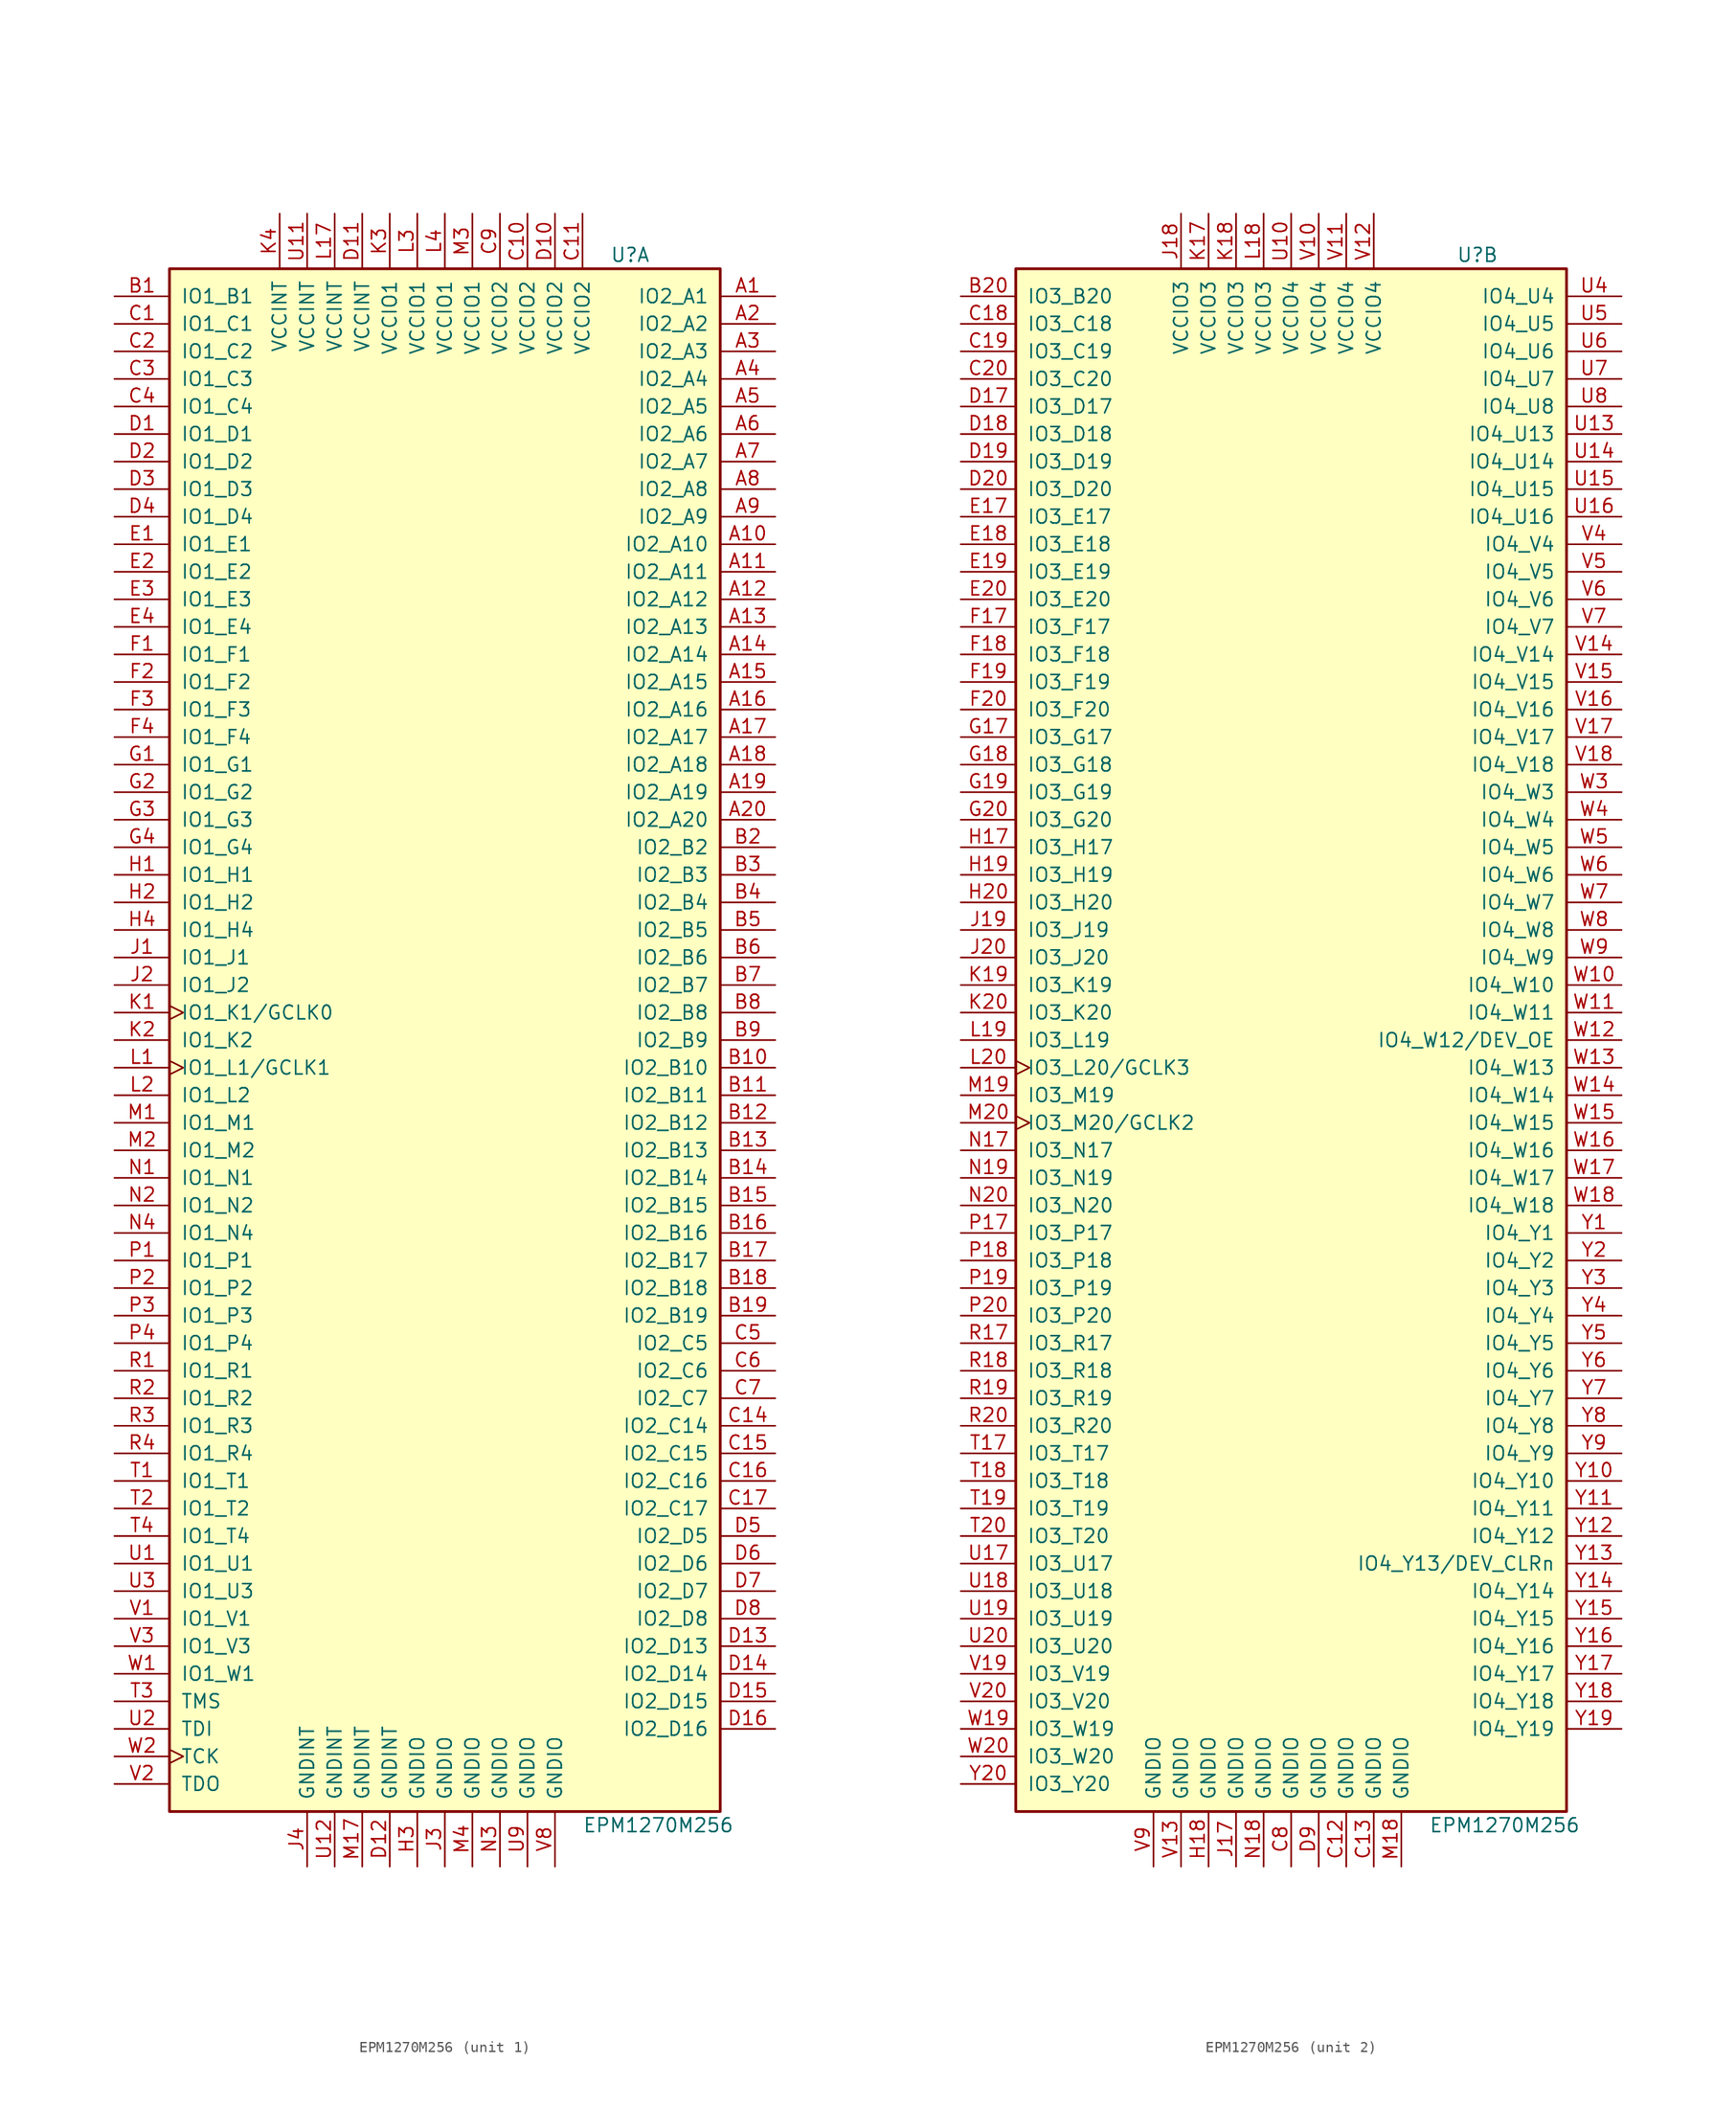
<source format=kicad_sym>
(kicad_symbol_lib
  (version 20201005)
  (generator kicad_symbol_editor)
  (symbol "CPLD_Altera:EPM1270M256"
    (pin_names
      (offset 1.016))
    (property "Reference" "U"
      (at 15.24 72.39 0)
      (effects (font (size 1.27 1.27)) (justify left)))
    (property "Value" "EPM1270M256"
      (at 12.7 -72.39 0)
      (effects (font (size 1.27 1.27)) (justify left)))
    (property "ki_locked" ""
      (at 0 0 0)
      (effects (font (size 1.27 1.27))))
    (symbol "EPM1270M256_1_1"
      (rectangle (start -25.4 71.12) (end 25.4 -71.12) (stroke (width 0.254)) (fill (type background)))
      (pin bidirectional line (at 30.48 68.58 180) (length 5.08) (name "IO2_A1" (effects (font (size 1.27 1.27)))) (number "A1" (effects (font (size 1.27 1.27)))))
      (pin bidirectional line (at 30.48 66.04 180) (length 5.08) (name "IO2_A2" (effects (font (size 1.27 1.27)))) (number "A2" (effects (font (size 1.27 1.27)))))
      (pin bidirectional line (at 30.48 63.5 180) (length 5.08) (name "IO2_A3" (effects (font (size 1.27 1.27)))) (number "A3" (effects (font (size 1.27 1.27)))))
      (pin bidirectional line (at 30.48 60.96 180) (length 5.08) (name "IO2_A4" (effects (font (size 1.27 1.27)))) (number "A4" (effects (font (size 1.27 1.27)))))
      (pin bidirectional line (at 30.48 58.42 180) (length 5.08) (name "IO2_A5" (effects (font (size 1.27 1.27)))) (number "A5" (effects (font (size 1.27 1.27)))))
      (pin bidirectional line (at 30.48 55.88 180) (length 5.08) (name "IO2_A6" (effects (font (size 1.27 1.27)))) (number "A6" (effects (font (size 1.27 1.27)))))
      (pin bidirectional line (at 30.48 53.34 180) (length 5.08) (name "IO2_A7" (effects (font (size 1.27 1.27)))) (number "A7" (effects (font (size 1.27 1.27)))))
      (pin bidirectional line (at 30.48 50.8 180) (length 5.08) (name "IO2_A8" (effects (font (size 1.27 1.27)))) (number "A8" (effects (font (size 1.27 1.27)))))
      (pin bidirectional line (at 30.48 48.26 180) (length 5.08) (name "IO2_A9" (effects (font (size 1.27 1.27)))) (number "A9" (effects (font (size 1.27 1.27)))))
      (pin bidirectional line (at 30.48 45.72 180) (length 5.08) (name "IO2_A10" (effects (font (size 1.27 1.27)))) (number "A10" (effects (font (size 1.27 1.27)))))
      (pin bidirectional line (at 30.48 43.18 180) (length 5.08) (name "IO2_A11" (effects (font (size 1.27 1.27)))) (number "A11" (effects (font (size 1.27 1.27)))))
      (pin bidirectional line (at 30.48 40.64 180) (length 5.08) (name "IO2_A12" (effects (font (size 1.27 1.27)))) (number "A12" (effects (font (size 1.27 1.27)))))
      (pin bidirectional line (at 30.48 38.1 180) (length 5.08) (name "IO2_A13" (effects (font (size 1.27 1.27)))) (number "A13" (effects (font (size 1.27 1.27)))))
      (pin bidirectional line (at 30.48 35.56 180) (length 5.08) (name "IO2_A14" (effects (font (size 1.27 1.27)))) (number "A14" (effects (font (size 1.27 1.27)))))
      (pin bidirectional line (at 30.48 33.02 180) (length 5.08) (name "IO2_A15" (effects (font (size 1.27 1.27)))) (number "A15" (effects (font (size 1.27 1.27)))))
      (pin bidirectional line (at 30.48 30.48 180) (length 5.08) (name "IO2_A16" (effects (font (size 1.27 1.27)))) (number "A16" (effects (font (size 1.27 1.27)))))
      (pin bidirectional line (at 30.48 27.94 180) (length 5.08) (name "IO2_A17" (effects (font (size 1.27 1.27)))) (number "A17" (effects (font (size 1.27 1.27)))))
      (pin bidirectional line (at 30.48 25.4 180) (length 5.08) (name "IO2_A18" (effects (font (size 1.27 1.27)))) (number "A18" (effects (font (size 1.27 1.27)))))
      (pin bidirectional line (at 30.48 22.86 180) (length 5.08) (name "IO2_A19" (effects (font (size 1.27 1.27)))) (number "A19" (effects (font (size 1.27 1.27)))))
      (pin bidirectional line (at 30.48 20.32 180) (length 5.08) (name "IO2_A20" (effects (font (size 1.27 1.27)))) (number "A20" (effects (font (size 1.27 1.27)))))
      (pin bidirectional line (at -30.48 68.58 0) (length 5.08) (name "IO1_B1" (effects (font (size 1.27 1.27)))) (number "B1" (effects (font (size 1.27 1.27)))))
      (pin bidirectional line (at 30.48 17.78 180) (length 5.08) (name "IO2_B2" (effects (font (size 1.27 1.27)))) (number "B2" (effects (font (size 1.27 1.27)))))
      (pin bidirectional line (at 30.48 15.24 180) (length 5.08) (name "IO2_B3" (effects (font (size 1.27 1.27)))) (number "B3" (effects (font (size 1.27 1.27)))))
      (pin bidirectional line (at 30.48 12.7 180) (length 5.08) (name "IO2_B4" (effects (font (size 1.27 1.27)))) (number "B4" (effects (font (size 1.27 1.27)))))
      (pin bidirectional line (at 30.48 10.16 180) (length 5.08) (name "IO2_B5" (effects (font (size 1.27 1.27)))) (number "B5" (effects (font (size 1.27 1.27)))))
      (pin bidirectional line (at 30.48 7.62 180) (length 5.08) (name "IO2_B6" (effects (font (size 1.27 1.27)))) (number "B6" (effects (font (size 1.27 1.27)))))
      (pin bidirectional line (at 30.48 5.08 180) (length 5.08) (name "IO2_B7" (effects (font (size 1.27 1.27)))) (number "B7" (effects (font (size 1.27 1.27)))))
      (pin bidirectional line (at 30.48 2.54 180) (length 5.08) (name "IO2_B8" (effects (font (size 1.27 1.27)))) (number "B8" (effects (font (size 1.27 1.27)))))
      (pin bidirectional line (at 30.48 0 180) (length 5.08) (name "IO2_B9" (effects (font (size 1.27 1.27)))) (number "B9" (effects (font (size 1.27 1.27)))))
      (pin bidirectional line (at 30.48 -2.54 180) (length 5.08) (name "IO2_B10" (effects (font (size 1.27 1.27)))) (number "B10" (effects (font (size 1.27 1.27)))))
      (pin bidirectional line (at 30.48 -5.08 180) (length 5.08) (name "IO2_B11" (effects (font (size 1.27 1.27)))) (number "B11" (effects (font (size 1.27 1.27)))))
      (pin bidirectional line (at 30.48 -7.62 180) (length 5.08) (name "IO2_B12" (effects (font (size 1.27 1.27)))) (number "B12" (effects (font (size 1.27 1.27)))))
      (pin bidirectional line (at 30.48 -10.16 180) (length 5.08) (name "IO2_B13" (effects (font (size 1.27 1.27)))) (number "B13" (effects (font (size 1.27 1.27)))))
      (pin bidirectional line (at 30.48 -12.7 180) (length 5.08) (name "IO2_B14" (effects (font (size 1.27 1.27)))) (number "B14" (effects (font (size 1.27 1.27)))))
      (pin bidirectional line (at 30.48 -15.24 180) (length 5.08) (name "IO2_B15" (effects (font (size 1.27 1.27)))) (number "B15" (effects (font (size 1.27 1.27)))))
      (pin bidirectional line (at 30.48 -17.78 180) (length 5.08) (name "IO2_B16" (effects (font (size 1.27 1.27)))) (number "B16" (effects (font (size 1.27 1.27)))))
      (pin bidirectional line (at 30.48 -20.32 180) (length 5.08) (name "IO2_B17" (effects (font (size 1.27 1.27)))) (number "B17" (effects (font (size 1.27 1.27)))))
      (pin bidirectional line (at 30.48 -22.86 180) (length 5.08) (name "IO2_B18" (effects (font (size 1.27 1.27)))) (number "B18" (effects (font (size 1.27 1.27)))))
      (pin bidirectional line (at 30.48 -25.4 180) (length 5.08) (name "IO2_B19" (effects (font (size 1.27 1.27)))) (number "B19" (effects (font (size 1.27 1.27)))))
      (pin bidirectional line (at -30.48 66.04 0) (length 5.08) (name "IO1_C1" (effects (font (size 1.27 1.27)))) (number "C1" (effects (font (size 1.27 1.27)))))
      (pin bidirectional line (at -30.48 63.5 0) (length 5.08) (name "IO1_C2" (effects (font (size 1.27 1.27)))) (number "C2" (effects (font (size 1.27 1.27)))))
      (pin bidirectional line (at -30.48 60.96 0) (length 5.08) (name "IO1_C3" (effects (font (size 1.27 1.27)))) (number "C3" (effects (font (size 1.27 1.27)))))
      (pin bidirectional line (at -30.48 58.42 0) (length 5.08) (name "IO1_C4" (effects (font (size 1.27 1.27)))) (number "C4" (effects (font (size 1.27 1.27)))))
      (pin bidirectional line (at 30.48 -27.94 180) (length 5.08) (name "IO2_C5" (effects (font (size 1.27 1.27)))) (number "C5" (effects (font (size 1.27 1.27)))))
      (pin bidirectional line (at 30.48 -30.48 180) (length 5.08) (name "IO2_C6" (effects (font (size 1.27 1.27)))) (number "C6" (effects (font (size 1.27 1.27)))))
      (pin bidirectional line (at 30.48 -33.02 180) (length 5.08) (name "IO2_C7" (effects (font (size 1.27 1.27)))) (number "C7" (effects (font (size 1.27 1.27)))))
      (pin bidirectional line (at 30.48 -35.56 180) (length 5.08) (name "IO2_C14" (effects (font (size 1.27 1.27)))) (number "C14" (effects (font (size 1.27 1.27)))))
      (pin bidirectional line (at 30.48 -38.1 180) (length 5.08) (name "IO2_C15" (effects (font (size 1.27 1.27)))) (number "C15" (effects (font (size 1.27 1.27)))))
      (pin bidirectional line (at 30.48 -40.64 180) (length 5.08) (name "IO2_C16" (effects (font (size 1.27 1.27)))) (number "C16" (effects (font (size 1.27 1.27)))))
      (pin bidirectional line (at 30.48 -43.18 180) (length 5.08) (name "IO2_C17" (effects (font (size 1.27 1.27)))) (number "C17" (effects (font (size 1.27 1.27)))))
      (pin bidirectional line (at -30.48 55.88 0) (length 5.08) (name "IO1_D1" (effects (font (size 1.27 1.27)))) (number "D1" (effects (font (size 1.27 1.27)))))
      (pin bidirectional line (at -30.48 53.34 0) (length 5.08) (name "IO1_D2" (effects (font (size 1.27 1.27)))) (number "D2" (effects (font (size 1.27 1.27)))))
      (pin bidirectional line (at -30.48 50.8 0) (length 5.08) (name "IO1_D3" (effects (font (size 1.27 1.27)))) (number "D3" (effects (font (size 1.27 1.27)))))
      (pin bidirectional line (at -30.48 48.26 0) (length 5.08) (name "IO1_D4" (effects (font (size 1.27 1.27)))) (number "D4" (effects (font (size 1.27 1.27)))))
      (pin bidirectional line (at 30.48 -45.72 180) (length 5.08) (name "IO2_D5" (effects (font (size 1.27 1.27)))) (number "D5" (effects (font (size 1.27 1.27)))))
      (pin bidirectional line (at 30.48 -48.26 180) (length 5.08) (name "IO2_D6" (effects (font (size 1.27 1.27)))) (number "D6" (effects (font (size 1.27 1.27)))))
      (pin bidirectional line (at 30.48 -50.8 180) (length 5.08) (name "IO2_D7" (effects (font (size 1.27 1.27)))) (number "D7" (effects (font (size 1.27 1.27)))))
      (pin bidirectional line (at 30.48 -53.34 180) (length 5.08) (name "IO2_D8" (effects (font (size 1.27 1.27)))) (number "D8" (effects (font (size 1.27 1.27)))))
      (pin bidirectional line (at 30.48 -55.88 180) (length 5.08) (name "IO2_D13" (effects (font (size 1.27 1.27)))) (number "D13" (effects (font (size 1.27 1.27)))))
      (pin bidirectional line (at 30.48 -58.42 180) (length 5.08) (name "IO2_D14" (effects (font (size 1.27 1.27)))) (number "D14" (effects (font (size 1.27 1.27)))))
      (pin bidirectional line (at 30.48 -60.96 180) (length 5.08) (name "IO2_D15" (effects (font (size 1.27 1.27)))) (number "D15" (effects (font (size 1.27 1.27)))))
      (pin bidirectional line (at 30.48 -63.5 180) (length 5.08) (name "IO2_D16" (effects (font (size 1.27 1.27)))) (number "D16" (effects (font (size 1.27 1.27)))))
      (pin bidirectional line (at -30.48 45.72 0) (length 5.08) (name "IO1_E1" (effects (font (size 1.27 1.27)))) (number "E1" (effects (font (size 1.27 1.27)))))
      (pin bidirectional line (at -30.48 43.18 0) (length 5.08) (name "IO1_E2" (effects (font (size 1.27 1.27)))) (number "E2" (effects (font (size 1.27 1.27)))))
      (pin bidirectional line (at -30.48 40.64 0) (length 5.08) (name "IO1_E3" (effects (font (size 1.27 1.27)))) (number "E3" (effects (font (size 1.27 1.27)))))
      (pin bidirectional line (at -30.48 38.1 0) (length 5.08) (name "IO1_E4" (effects (font (size 1.27 1.27)))) (number "E4" (effects (font (size 1.27 1.27)))))
      (pin bidirectional line (at -30.48 35.56 0) (length 5.08) (name "IO1_F1" (effects (font (size 1.27 1.27)))) (number "F1" (effects (font (size 1.27 1.27)))))
      (pin bidirectional line (at -30.48 33.02 0) (length 5.08) (name "IO1_F2" (effects (font (size 1.27 1.27)))) (number "F2" (effects (font (size 1.27 1.27)))))
      (pin bidirectional line (at -30.48 30.48 0) (length 5.08) (name "IO1_F3" (effects (font (size 1.27 1.27)))) (number "F3" (effects (font (size 1.27 1.27)))))
      (pin bidirectional line (at -30.48 27.94 0) (length 5.08) (name "IO1_F4" (effects (font (size 1.27 1.27)))) (number "F4" (effects (font (size 1.27 1.27)))))
      (pin bidirectional line (at -30.48 25.4 0) (length 5.08) (name "IO1_G1" (effects (font (size 1.27 1.27)))) (number "G1" (effects (font (size 1.27 1.27)))))
      (pin bidirectional line (at -30.48 22.86 0) (length 5.08) (name "IO1_G2" (effects (font (size 1.27 1.27)))) (number "G2" (effects (font (size 1.27 1.27)))))
      (pin bidirectional line (at -30.48 20.32 0) (length 5.08) (name "IO1_G3" (effects (font (size 1.27 1.27)))) (number "G3" (effects (font (size 1.27 1.27)))))
      (pin bidirectional line (at -30.48 17.78 0) (length 5.08) (name "IO1_G4" (effects (font (size 1.27 1.27)))) (number "G4" (effects (font (size 1.27 1.27)))))
      (pin bidirectional line (at -30.48 15.24 0) (length 5.08) (name "IO1_H1" (effects (font (size 1.27 1.27)))) (number "H1" (effects (font (size 1.27 1.27)))))
      (pin bidirectional line (at -30.48 12.7 0) (length 5.08) (name "IO1_H2" (effects (font (size 1.27 1.27)))) (number "H2" (effects (font (size 1.27 1.27)))))
      (pin bidirectional line (at -30.48 10.16 0) (length 5.08) (name "IO1_H4" (effects (font (size 1.27 1.27)))) (number "H4" (effects (font (size 1.27 1.27)))))
      (pin bidirectional line (at -30.48 7.62 0) (length 5.08) (name "IO1_J1" (effects (font (size 1.27 1.27)))) (number "J1" (effects (font (size 1.27 1.27)))))
      (pin bidirectional line (at -30.48 5.08 0) (length 5.08) (name "IO1_J2" (effects (font (size 1.27 1.27)))) (number "J2" (effects (font (size 1.27 1.27)))))
      (pin bidirectional clock (at -30.48 2.54 0) (length 5.08) (name "IO1_K1/GCLK0" (effects (font (size 1.27 1.27)))) (number "K1" (effects (font (size 1.27 1.27)))))
      (pin bidirectional line (at -30.48 0 0) (length 5.08) (name "IO1_K2" (effects (font (size 1.27 1.27)))) (number "K2" (effects (font (size 1.27 1.27)))))
      (pin bidirectional clock (at -30.48 -2.54 0) (length 5.08) (name "IO1_L1/GCLK1" (effects (font (size 1.27 1.27)))) (number "L1" (effects (font (size 1.27 1.27)))))
      (pin bidirectional line (at -30.48 -5.08 0) (length 5.08) (name "IO1_L2" (effects (font (size 1.27 1.27)))) (number "L2" (effects (font (size 1.27 1.27)))))
      (pin bidirectional line (at -30.48 -7.62 0) (length 5.08) (name "IO1_M1" (effects (font (size 1.27 1.27)))) (number "M1" (effects (font (size 1.27 1.27)))))
      (pin bidirectional line (at -30.48 -10.16 0) (length 5.08) (name "IO1_M2" (effects (font (size 1.27 1.27)))) (number "M2" (effects (font (size 1.27 1.27)))))
      (pin bidirectional line (at -30.48 -12.7 0) (length 5.08) (name "IO1_N1" (effects (font (size 1.27 1.27)))) (number "N1" (effects (font (size 1.27 1.27)))))
      (pin bidirectional line (at -30.48 -15.24 0) (length 5.08) (name "IO1_N2" (effects (font (size 1.27 1.27)))) (number "N2" (effects (font (size 1.27 1.27)))))
      (pin bidirectional line (at -30.48 -17.78 0) (length 5.08) (name "IO1_N4" (effects (font (size 1.27 1.27)))) (number "N4" (effects (font (size 1.27 1.27)))))
      (pin bidirectional line (at -30.48 -20.32 0) (length 5.08) (name "IO1_P1" (effects (font (size 1.27 1.27)))) (number "P1" (effects (font (size 1.27 1.27)))))
      (pin bidirectional line (at -30.48 -22.86 0) (length 5.08) (name "IO1_P2" (effects (font (size 1.27 1.27)))) (number "P2" (effects (font (size 1.27 1.27)))))
      (pin bidirectional line (at -30.48 -25.4 0) (length 5.08) (name "IO1_P3" (effects (font (size 1.27 1.27)))) (number "P3" (effects (font (size 1.27 1.27)))))
      (pin bidirectional line (at -30.48 -27.94 0) (length 5.08) (name "IO1_P4" (effects (font (size 1.27 1.27)))) (number "P4" (effects (font (size 1.27 1.27)))))
      (pin bidirectional line (at -30.48 -30.48 0) (length 5.08) (name "IO1_R1" (effects (font (size 1.27 1.27)))) (number "R1" (effects (font (size 1.27 1.27)))))
      (pin bidirectional line (at -30.48 -33.02 0) (length 5.08) (name "IO1_R2" (effects (font (size 1.27 1.27)))) (number "R2" (effects (font (size 1.27 1.27)))))
      (pin bidirectional line (at -30.48 -35.56 0) (length 5.08) (name "IO1_R3" (effects (font (size 1.27 1.27)))) (number "R3" (effects (font (size 1.27 1.27)))))
      (pin bidirectional line (at -30.48 -38.1 0) (length 5.08) (name "IO1_R4" (effects (font (size 1.27 1.27)))) (number "R4" (effects (font (size 1.27 1.27)))))
      (pin bidirectional line (at -30.48 -40.64 0) (length 5.08) (name "IO1_T1" (effects (font (size 1.27 1.27)))) (number "T1" (effects (font (size 1.27 1.27)))))
      (pin bidirectional line (at -30.48 -43.18 0) (length 5.08) (name "IO1_T2" (effects (font (size 1.27 1.27)))) (number "T2" (effects (font (size 1.27 1.27)))))
      (pin bidirectional line (at -30.48 -45.72 0) (length 5.08) (name "IO1_T4" (effects (font (size 1.27 1.27)))) (number "T4" (effects (font (size 1.27 1.27)))))
      (pin bidirectional line (at -30.48 -48.26 0) (length 5.08) (name "IO1_U1" (effects (font (size 1.27 1.27)))) (number "U1" (effects (font (size 1.27 1.27)))))
      (pin bidirectional line (at -30.48 -50.8 0) (length 5.08) (name "IO1_U3" (effects (font (size 1.27 1.27)))) (number "U3" (effects (font (size 1.27 1.27)))))
      (pin bidirectional line (at -30.48 -53.34 0) (length 5.08) (name "IO1_V1" (effects (font (size 1.27 1.27)))) (number "V1" (effects (font (size 1.27 1.27)))))
      (pin bidirectional line (at -30.48 -55.88 0) (length 5.08) (name "IO1_V3" (effects (font (size 1.27 1.27)))) (number "V3" (effects (font (size 1.27 1.27)))))
      (pin bidirectional line (at -30.48 -58.42 0) (length 5.08) (name "IO1_W1" (effects (font (size 1.27 1.27)))) (number "W1" (effects (font (size 1.27 1.27)))))
      (pin input line (at -30.48 -60.96 0) (length 5.08) (name "TMS" (effects (font (size 1.27 1.27)))) (number "T3" (effects (font (size 1.27 1.27)))))
      (pin input line (at -30.48 -63.5 0) (length 5.08) (name "TDI" (effects (font (size 1.27 1.27)))) (number "U2" (effects (font (size 1.27 1.27)))))
      (pin input clock (at -30.48 -66.04 0) (length 5.08) (name "TCK" (effects (font (size 1.27 1.27)))) (number "W2" (effects (font (size 1.27 1.27)))))
      (pin output line (at -30.48 -68.58 0) (length 5.08) (name "TDO" (effects (font (size 1.27 1.27)))) (number "V2" (effects (font (size 1.27 1.27)))))
      (pin power_in line (at -12.7 -76.2 90) (length 5.08) (name "GNDINT" (effects (font (size 1.27 1.27)))) (number "J4" (effects (font (size 1.27 1.27)))))
      (pin power_in line (at -10.16 -76.2 90) (length 5.08) (name "GNDINT" (effects (font (size 1.27 1.27)))) (number "U12" (effects (font (size 1.27 1.27)))))
      (pin power_in line (at -7.62 -76.2 90) (length 5.08) (name "GNDINT" (effects (font (size 1.27 1.27)))) (number "M17" (effects (font (size 1.27 1.27)))))
      (pin power_in line (at -5.08 -76.2 90) (length 5.08) (name "GNDINT" (effects (font (size 1.27 1.27)))) (number "D12" (effects (font (size 1.27 1.27)))))
      (pin power_in line (at -2.54 -76.2 90) (length 5.08) (name "GNDIO" (effects (font (size 1.27 1.27)))) (number "H3" (effects (font (size 1.27 1.27)))))
      (pin power_in line (at 0 -76.2 90) (length 5.08) (name "GNDIO" (effects (font (size 1.27 1.27)))) (number "J3" (effects (font (size 1.27 1.27)))))
      (pin power_in line (at 2.54 -76.2 90) (length 5.08) (name "GNDIO" (effects (font (size 1.27 1.27)))) (number "M4" (effects (font (size 1.27 1.27)))))
      (pin power_in line (at 5.08 -76.2 90) (length 5.08) (name "GNDIO" (effects (font (size 1.27 1.27)))) (number "N3" (effects (font (size 1.27 1.27)))))
      (pin power_in line (at 7.62 -76.2 90) (length 5.08) (name "GNDIO" (effects (font (size 1.27 1.27)))) (number "U9" (effects (font (size 1.27 1.27)))))
      (pin power_in line (at 10.16 -76.2 90) (length 5.08) (name "GNDIO" (effects (font (size 1.27 1.27)))) (number "V8" (effects (font (size 1.27 1.27)))))
      (pin power_in line (at -15.24 76.2 270) (length 5.08) (name "VCCINT" (effects (font (size 1.27 1.27)))) (number "K4" (effects (font (size 1.27 1.27)))))
      (pin power_in line (at -12.7 76.2 270) (length 5.08) (name "VCCINT" (effects (font (size 1.27 1.27)))) (number "U11" (effects (font (size 1.27 1.27)))))
      (pin power_in line (at -10.16 76.2 270) (length 5.08) (name "VCCINT" (effects (font (size 1.27 1.27)))) (number "L17" (effects (font (size 1.27 1.27)))))
      (pin power_in line (at -7.62 76.2 270) (length 5.08) (name "VCCINT" (effects (font (size 1.27 1.27)))) (number "D11" (effects (font (size 1.27 1.27)))))
      (pin power_in line (at -5.08 76.2 270) (length 5.08) (name "VCCIO1" (effects (font (size 1.27 1.27)))) (number "K3" (effects (font (size 1.27 1.27)))))
      (pin power_in line (at -2.54 76.2 270) (length 5.08) (name "VCCIO1" (effects (font (size 1.27 1.27)))) (number "L3" (effects (font (size 1.27 1.27)))))
      (pin power_in line (at 0 76.2 270) (length 5.08) (name "VCCIO1" (effects (font (size 1.27 1.27)))) (number "L4" (effects (font (size 1.27 1.27)))))
      (pin power_in line (at 2.54 76.2 270) (length 5.08) (name "VCCIO1" (effects (font (size 1.27 1.27)))) (number "M3" (effects (font (size 1.27 1.27)))))
      (pin power_in line (at 5.08 76.2 270) (length 5.08) (name "VCCIO2" (effects (font (size 1.27 1.27)))) (number "C9" (effects (font (size 1.27 1.27)))))
      (pin power_in line (at 7.62 76.2 270) (length 5.08) (name "VCCIO2" (effects (font (size 1.27 1.27)))) (number "C10" (effects (font (size 1.27 1.27)))))
      (pin power_in line (at 10.16 76.2 270) (length 5.08) (name "VCCIO2" (effects (font (size 1.27 1.27)))) (number "D10" (effects (font (size 1.27 1.27)))))
      (pin power_in line (at 12.7 76.2 270) (length 5.08) (name "VCCIO2" (effects (font (size 1.27 1.27)))) (number "C11" (effects (font (size 1.27 1.27))))))
    (symbol "EPM1270M256_2_1"
      (rectangle (start -25.4 71.12) (end 25.4 -71.12) (stroke (width 0.254)) (fill (type background)))
      (pin bidirectional line (at -30.48 68.58 0) (length 5.08) (name "IO3_B20" (effects (font (size 1.27 1.27)))) (number "B20" (effects (font (size 1.27 1.27)))))
      (pin bidirectional line (at -30.48 66.04 0) (length 5.08) (name "IO3_C18" (effects (font (size 1.27 1.27)))) (number "C18" (effects (font (size 1.27 1.27)))))
      (pin bidirectional line (at -30.48 63.5 0) (length 5.08) (name "IO3_C19" (effects (font (size 1.27 1.27)))) (number "C19" (effects (font (size 1.27 1.27)))))
      (pin bidirectional line (at -30.48 60.96 0) (length 5.08) (name "IO3_C20" (effects (font (size 1.27 1.27)))) (number "C20" (effects (font (size 1.27 1.27)))))
      (pin bidirectional line (at -30.48 58.42 0) (length 5.08) (name "IO3_D17" (effects (font (size 1.27 1.27)))) (number "D17" (effects (font (size 1.27 1.27)))))
      (pin bidirectional line (at -30.48 55.88 0) (length 5.08) (name "IO3_D18" (effects (font (size 1.27 1.27)))) (number "D18" (effects (font (size 1.27 1.27)))))
      (pin bidirectional line (at -30.48 53.34 0) (length 5.08) (name "IO3_D19" (effects (font (size 1.27 1.27)))) (number "D19" (effects (font (size 1.27 1.27)))))
      (pin bidirectional line (at -30.48 50.8 0) (length 5.08) (name "IO3_D20" (effects (font (size 1.27 1.27)))) (number "D20" (effects (font (size 1.27 1.27)))))
      (pin bidirectional line (at -30.48 48.26 0) (length 5.08) (name "IO3_E17" (effects (font (size 1.27 1.27)))) (number "E17" (effects (font (size 1.27 1.27)))))
      (pin bidirectional line (at -30.48 45.72 0) (length 5.08) (name "IO3_E18" (effects (font (size 1.27 1.27)))) (number "E18" (effects (font (size 1.27 1.27)))))
      (pin bidirectional line (at -30.48 43.18 0) (length 5.08) (name "IO3_E19" (effects (font (size 1.27 1.27)))) (number "E19" (effects (font (size 1.27 1.27)))))
      (pin bidirectional line (at -30.48 40.64 0) (length 5.08) (name "IO3_E20" (effects (font (size 1.27 1.27)))) (number "E20" (effects (font (size 1.27 1.27)))))
      (pin bidirectional line (at -30.48 38.1 0) (length 5.08) (name "IO3_F17" (effects (font (size 1.27 1.27)))) (number "F17" (effects (font (size 1.27 1.27)))))
      (pin bidirectional line (at -30.48 35.56 0) (length 5.08) (name "IO3_F18" (effects (font (size 1.27 1.27)))) (number "F18" (effects (font (size 1.27 1.27)))))
      (pin bidirectional line (at -30.48 33.02 0) (length 5.08) (name "IO3_F19" (effects (font (size 1.27 1.27)))) (number "F19" (effects (font (size 1.27 1.27)))))
      (pin bidirectional line (at -30.48 30.48 0) (length 5.08) (name "IO3_F20" (effects (font (size 1.27 1.27)))) (number "F20" (effects (font (size 1.27 1.27)))))
      (pin bidirectional line (at -30.48 27.94 0) (length 5.08) (name "IO3_G17" (effects (font (size 1.27 1.27)))) (number "G17" (effects (font (size 1.27 1.27)))))
      (pin bidirectional line (at -30.48 25.4 0) (length 5.08) (name "IO3_G18" (effects (font (size 1.27 1.27)))) (number "G18" (effects (font (size 1.27 1.27)))))
      (pin bidirectional line (at -30.48 22.86 0) (length 5.08) (name "IO3_G19" (effects (font (size 1.27 1.27)))) (number "G19" (effects (font (size 1.27 1.27)))))
      (pin bidirectional line (at -30.48 20.32 0) (length 5.08) (name "IO3_G20" (effects (font (size 1.27 1.27)))) (number "G20" (effects (font (size 1.27 1.27)))))
      (pin bidirectional line (at -30.48 17.78 0) (length 5.08) (name "IO3_H17" (effects (font (size 1.27 1.27)))) (number "H17" (effects (font (size 1.27 1.27)))))
      (pin bidirectional line (at -30.48 15.24 0) (length 5.08) (name "IO3_H19" (effects (font (size 1.27 1.27)))) (number "H19" (effects (font (size 1.27 1.27)))))
      (pin bidirectional line (at -30.48 12.7 0) (length 5.08) (name "IO3_H20" (effects (font (size 1.27 1.27)))) (number "H20" (effects (font (size 1.27 1.27)))))
      (pin bidirectional line (at -30.48 10.16 0) (length 5.08) (name "IO3_J19" (effects (font (size 1.27 1.27)))) (number "J19" (effects (font (size 1.27 1.27)))))
      (pin bidirectional line (at -30.48 7.62 0) (length 5.08) (name "IO3_J20" (effects (font (size 1.27 1.27)))) (number "J20" (effects (font (size 1.27 1.27)))))
      (pin bidirectional line (at -30.48 5.08 0) (length 5.08) (name "IO3_K19" (effects (font (size 1.27 1.27)))) (number "K19" (effects (font (size 1.27 1.27)))))
      (pin bidirectional line (at -30.48 2.54 0) (length 5.08) (name "IO3_K20" (effects (font (size 1.27 1.27)))) (number "K20" (effects (font (size 1.27 1.27)))))
      (pin bidirectional line (at -30.48 0 0) (length 5.08) (name "IO3_L19" (effects (font (size 1.27 1.27)))) (number "L19" (effects (font (size 1.27 1.27)))))
      (pin bidirectional clock (at -30.48 -2.54 0) (length 5.08) (name "IO3_L20/GCLK3" (effects (font (size 1.27 1.27)))) (number "L20" (effects (font (size 1.27 1.27)))))
      (pin bidirectional line (at -30.48 -5.08 0) (length 5.08) (name "IO3_M19" (effects (font (size 1.27 1.27)))) (number "M19" (effects (font (size 1.27 1.27)))))
      (pin bidirectional clock (at -30.48 -7.62 0) (length 5.08) (name "IO3_M20/GCLK2" (effects (font (size 1.27 1.27)))) (number "M20" (effects (font (size 1.27 1.27)))))
      (pin bidirectional line (at -30.48 -10.16 0) (length 5.08) (name "IO3_N17" (effects (font (size 1.27 1.27)))) (number "N17" (effects (font (size 1.27 1.27)))))
      (pin bidirectional line (at -30.48 -12.7 0) (length 5.08) (name "IO3_N19" (effects (font (size 1.27 1.27)))) (number "N19" (effects (font (size 1.27 1.27)))))
      (pin bidirectional line (at -30.48 -15.24 0) (length 5.08) (name "IO3_N20" (effects (font (size 1.27 1.27)))) (number "N20" (effects (font (size 1.27 1.27)))))
      (pin bidirectional line (at -30.48 -17.78 0) (length 5.08) (name "IO3_P17" (effects (font (size 1.27 1.27)))) (number "P17" (effects (font (size 1.27 1.27)))))
      (pin bidirectional line (at -30.48 -20.32 0) (length 5.08) (name "IO3_P18" (effects (font (size 1.27 1.27)))) (number "P18" (effects (font (size 1.27 1.27)))))
      (pin bidirectional line (at -30.48 -22.86 0) (length 5.08) (name "IO3_P19" (effects (font (size 1.27 1.27)))) (number "P19" (effects (font (size 1.27 1.27)))))
      (pin bidirectional line (at -30.48 -25.4 0) (length 5.08) (name "IO3_P20" (effects (font (size 1.27 1.27)))) (number "P20" (effects (font (size 1.27 1.27)))))
      (pin bidirectional line (at -30.48 -27.94 0) (length 5.08) (name "IO3_R17" (effects (font (size 1.27 1.27)))) (number "R17" (effects (font (size 1.27 1.27)))))
      (pin bidirectional line (at -30.48 -30.48 0) (length 5.08) (name "IO3_R18" (effects (font (size 1.27 1.27)))) (number "R18" (effects (font (size 1.27 1.27)))))
      (pin bidirectional line (at -30.48 -33.02 0) (length 5.08) (name "IO3_R19" (effects (font (size 1.27 1.27)))) (number "R19" (effects (font (size 1.27 1.27)))))
      (pin bidirectional line (at -30.48 -35.56 0) (length 5.08) (name "IO3_R20" (effects (font (size 1.27 1.27)))) (number "R20" (effects (font (size 1.27 1.27)))))
      (pin bidirectional line (at -30.48 -38.1 0) (length 5.08) (name "IO3_T17" (effects (font (size 1.27 1.27)))) (number "T17" (effects (font (size 1.27 1.27)))))
      (pin bidirectional line (at -30.48 -40.64 0) (length 5.08) (name "IO3_T18" (effects (font (size 1.27 1.27)))) (number "T18" (effects (font (size 1.27 1.27)))))
      (pin bidirectional line (at -30.48 -43.18 0) (length 5.08) (name "IO3_T19" (effects (font (size 1.27 1.27)))) (number "T19" (effects (font (size 1.27 1.27)))))
      (pin bidirectional line (at -30.48 -45.72 0) (length 5.08) (name "IO3_T20" (effects (font (size 1.27 1.27)))) (number "T20" (effects (font (size 1.27 1.27)))))
      (pin bidirectional line (at 30.48 68.58 180) (length 5.08) (name "IO4_U4" (effects (font (size 1.27 1.27)))) (number "U4" (effects (font (size 1.27 1.27)))))
      (pin bidirectional line (at 30.48 66.04 180) (length 5.08) (name "IO4_U5" (effects (font (size 1.27 1.27)))) (number "U5" (effects (font (size 1.27 1.27)))))
      (pin bidirectional line (at 30.48 63.5 180) (length 5.08) (name "IO4_U6" (effects (font (size 1.27 1.27)))) (number "U6" (effects (font (size 1.27 1.27)))))
      (pin bidirectional line (at 30.48 60.96 180) (length 5.08) (name "IO4_U7" (effects (font (size 1.27 1.27)))) (number "U7" (effects (font (size 1.27 1.27)))))
      (pin bidirectional line (at 30.48 58.42 180) (length 5.08) (name "IO4_U8" (effects (font (size 1.27 1.27)))) (number "U8" (effects (font (size 1.27 1.27)))))
      (pin bidirectional line (at 30.48 55.88 180) (length 5.08) (name "IO4_U13" (effects (font (size 1.27 1.27)))) (number "U13" (effects (font (size 1.27 1.27)))))
      (pin bidirectional line (at 30.48 53.34 180) (length 5.08) (name "IO4_U14" (effects (font (size 1.27 1.27)))) (number "U14" (effects (font (size 1.27 1.27)))))
      (pin bidirectional line (at 30.48 50.8 180) (length 5.08) (name "IO4_U15" (effects (font (size 1.27 1.27)))) (number "U15" (effects (font (size 1.27 1.27)))))
      (pin bidirectional line (at 30.48 48.26 180) (length 5.08) (name "IO4_U16" (effects (font (size 1.27 1.27)))) (number "U16" (effects (font (size 1.27 1.27)))))
      (pin bidirectional line (at -30.48 -48.26 0) (length 5.08) (name "IO3_U17" (effects (font (size 1.27 1.27)))) (number "U17" (effects (font (size 1.27 1.27)))))
      (pin bidirectional line (at -30.48 -50.8 0) (length 5.08) (name "IO3_U18" (effects (font (size 1.27 1.27)))) (number "U18" (effects (font (size 1.27 1.27)))))
      (pin bidirectional line (at -30.48 -53.34 0) (length 5.08) (name "IO3_U19" (effects (font (size 1.27 1.27)))) (number "U19" (effects (font (size 1.27 1.27)))))
      (pin bidirectional line (at -30.48 -55.88 0) (length 5.08) (name "IO3_U20" (effects (font (size 1.27 1.27)))) (number "U20" (effects (font (size 1.27 1.27)))))
      (pin bidirectional line (at 30.48 45.72 180) (length 5.08) (name "IO4_V4" (effects (font (size 1.27 1.27)))) (number "V4" (effects (font (size 1.27 1.27)))))
      (pin bidirectional line (at 30.48 43.18 180) (length 5.08) (name "IO4_V5" (effects (font (size 1.27 1.27)))) (number "V5" (effects (font (size 1.27 1.27)))))
      (pin bidirectional line (at 30.48 40.64 180) (length 5.08) (name "IO4_V6" (effects (font (size 1.27 1.27)))) (number "V6" (effects (font (size 1.27 1.27)))))
      (pin bidirectional line (at 30.48 38.1 180) (length 5.08) (name "IO4_V7" (effects (font (size 1.27 1.27)))) (number "V7" (effects (font (size 1.27 1.27)))))
      (pin bidirectional line (at 30.48 35.56 180) (length 5.08) (name "IO4_V14" (effects (font (size 1.27 1.27)))) (number "V14" (effects (font (size 1.27 1.27)))))
      (pin bidirectional line (at 30.48 33.02 180) (length 5.08) (name "IO4_V15" (effects (font (size 1.27 1.27)))) (number "V15" (effects (font (size 1.27 1.27)))))
      (pin bidirectional line (at 30.48 30.48 180) (length 5.08) (name "IO4_V16" (effects (font (size 1.27 1.27)))) (number "V16" (effects (font (size 1.27 1.27)))))
      (pin bidirectional line (at 30.48 27.94 180) (length 5.08) (name "IO4_V17" (effects (font (size 1.27 1.27)))) (number "V17" (effects (font (size 1.27 1.27)))))
      (pin bidirectional line (at 30.48 25.4 180) (length 5.08) (name "IO4_V18" (effects (font (size 1.27 1.27)))) (number "V18" (effects (font (size 1.27 1.27)))))
      (pin bidirectional line (at -30.48 -58.42 0) (length 5.08) (name "IO3_V19" (effects (font (size 1.27 1.27)))) (number "V19" (effects (font (size 1.27 1.27)))))
      (pin bidirectional line (at -30.48 -60.96 0) (length 5.08) (name "IO3_V20" (effects (font (size 1.27 1.27)))) (number "V20" (effects (font (size 1.27 1.27)))))
      (pin bidirectional line (at 30.48 22.86 180) (length 5.08) (name "IO4_W3" (effects (font (size 1.27 1.27)))) (number "W3" (effects (font (size 1.27 1.27)))))
      (pin bidirectional line (at 30.48 20.32 180) (length 5.08) (name "IO4_W4" (effects (font (size 1.27 1.27)))) (number "W4" (effects (font (size 1.27 1.27)))))
      (pin bidirectional line (at 30.48 17.78 180) (length 5.08) (name "IO4_W5" (effects (font (size 1.27 1.27)))) (number "W5" (effects (font (size 1.27 1.27)))))
      (pin bidirectional line (at 30.48 15.24 180) (length 5.08) (name "IO4_W6" (effects (font (size 1.27 1.27)))) (number "W6" (effects (font (size 1.27 1.27)))))
      (pin bidirectional line (at 30.48 12.7 180) (length 5.08) (name "IO4_W7" (effects (font (size 1.27 1.27)))) (number "W7" (effects (font (size 1.27 1.27)))))
      (pin bidirectional line (at 30.48 10.16 180) (length 5.08) (name "IO4_W8" (effects (font (size 1.27 1.27)))) (number "W8" (effects (font (size 1.27 1.27)))))
      (pin bidirectional line (at 30.48 7.62 180) (length 5.08) (name "IO4_W9" (effects (font (size 1.27 1.27)))) (number "W9" (effects (font (size 1.27 1.27)))))
      (pin bidirectional line (at 30.48 5.08 180) (length 5.08) (name "IO4_W10" (effects (font (size 1.27 1.27)))) (number "W10" (effects (font (size 1.27 1.27)))))
      (pin bidirectional line (at 30.48 2.54 180) (length 5.08) (name "IO4_W11" (effects (font (size 1.27 1.27)))) (number "W11" (effects (font (size 1.27 1.27)))))
      (pin bidirectional line (at 30.48 0 180) (length 5.08) (name "IO4_W12/DEV_OE" (effects (font (size 1.27 1.27)))) (number "W12" (effects (font (size 1.27 1.27)))))
      (pin bidirectional line (at 30.48 -2.54 180) (length 5.08) (name "IO4_W13" (effects (font (size 1.27 1.27)))) (number "W13" (effects (font (size 1.27 1.27)))))
      (pin bidirectional line (at 30.48 -5.08 180) (length 5.08) (name "IO4_W14" (effects (font (size 1.27 1.27)))) (number "W14" (effects (font (size 1.27 1.27)))))
      (pin bidirectional line (at 30.48 -7.62 180) (length 5.08) (name "IO4_W15" (effects (font (size 1.27 1.27)))) (number "W15" (effects (font (size 1.27 1.27)))))
      (pin bidirectional line (at 30.48 -10.16 180) (length 5.08) (name "IO4_W16" (effects (font (size 1.27 1.27)))) (number "W16" (effects (font (size 1.27 1.27)))))
      (pin bidirectional line (at 30.48 -12.7 180) (length 5.08) (name "IO4_W17" (effects (font (size 1.27 1.27)))) (number "W17" (effects (font (size 1.27 1.27)))))
      (pin bidirectional line (at 30.48 -15.24 180) (length 5.08) (name "IO4_W18" (effects (font (size 1.27 1.27)))) (number "W18" (effects (font (size 1.27 1.27)))))
      (pin bidirectional line (at -30.48 -63.5 0) (length 5.08) (name "IO3_W19" (effects (font (size 1.27 1.27)))) (number "W19" (effects (font (size 1.27 1.27)))))
      (pin bidirectional line (at -30.48 -66.04 0) (length 5.08) (name "IO3_W20" (effects (font (size 1.27 1.27)))) (number "W20" (effects (font (size 1.27 1.27)))))
      (pin bidirectional line (at 30.48 -17.78 180) (length 5.08) (name "IO4_Y1" (effects (font (size 1.27 1.27)))) (number "Y1" (effects (font (size 1.27 1.27)))))
      (pin bidirectional line (at 30.48 -20.32 180) (length 5.08) (name "IO4_Y2" (effects (font (size 1.27 1.27)))) (number "Y2" (effects (font (size 1.27 1.27)))))
      (pin bidirectional line (at 30.48 -22.86 180) (length 5.08) (name "IO4_Y3" (effects (font (size 1.27 1.27)))) (number "Y3" (effects (font (size 1.27 1.27)))))
      (pin bidirectional line (at 30.48 -25.4 180) (length 5.08) (name "IO4_Y4" (effects (font (size 1.27 1.27)))) (number "Y4" (effects (font (size 1.27 1.27)))))
      (pin bidirectional line (at 30.48 -27.94 180) (length 5.08) (name "IO4_Y5" (effects (font (size 1.27 1.27)))) (number "Y5" (effects (font (size 1.27 1.27)))))
      (pin bidirectional line (at 30.48 -30.48 180) (length 5.08) (name "IO4_Y6" (effects (font (size 1.27 1.27)))) (number "Y6" (effects (font (size 1.27 1.27)))))
      (pin bidirectional line (at 30.48 -33.02 180) (length 5.08) (name "IO4_Y7" (effects (font (size 1.27 1.27)))) (number "Y7" (effects (font (size 1.27 1.27)))))
      (pin bidirectional line (at 30.48 -35.56 180) (length 5.08) (name "IO4_Y8" (effects (font (size 1.27 1.27)))) (number "Y8" (effects (font (size 1.27 1.27)))))
      (pin bidirectional line (at 30.48 -38.1 180) (length 5.08) (name "IO4_Y9" (effects (font (size 1.27 1.27)))) (number "Y9" (effects (font (size 1.27 1.27)))))
      (pin bidirectional line (at 30.48 -40.64 180) (length 5.08) (name "IO4_Y10" (effects (font (size 1.27 1.27)))) (number "Y10" (effects (font (size 1.27 1.27)))))
      (pin bidirectional line (at 30.48 -43.18 180) (length 5.08) (name "IO4_Y11" (effects (font (size 1.27 1.27)))) (number "Y11" (effects (font (size 1.27 1.27)))))
      (pin bidirectional line (at 30.48 -45.72 180) (length 5.08) (name "IO4_Y12" (effects (font (size 1.27 1.27)))) (number "Y12" (effects (font (size 1.27 1.27)))))
      (pin bidirectional line (at 30.48 -48.26 180) (length 5.08) (name "IO4_Y13/DEV_CLRn" (effects (font (size 1.27 1.27)))) (number "Y13" (effects (font (size 1.27 1.27)))))
      (pin bidirectional line (at 30.48 -50.8 180) (length 5.08) (name "IO4_Y14" (effects (font (size 1.27 1.27)))) (number "Y14" (effects (font (size 1.27 1.27)))))
      (pin bidirectional line (at 30.48 -53.34 180) (length 5.08) (name "IO4_Y15" (effects (font (size 1.27 1.27)))) (number "Y15" (effects (font (size 1.27 1.27)))))
      (pin bidirectional line (at 30.48 -55.88 180) (length 5.08) (name "IO4_Y16" (effects (font (size 1.27 1.27)))) (number "Y16" (effects (font (size 1.27 1.27)))))
      (pin bidirectional line (at 30.48 -58.42 180) (length 5.08) (name "IO4_Y17" (effects (font (size 1.27 1.27)))) (number "Y17" (effects (font (size 1.27 1.27)))))
      (pin bidirectional line (at 30.48 -60.96 180) (length 5.08) (name "IO4_Y18" (effects (font (size 1.27 1.27)))) (number "Y18" (effects (font (size 1.27 1.27)))))
      (pin bidirectional line (at 30.48 -63.5 180) (length 5.08) (name "IO4_Y19" (effects (font (size 1.27 1.27)))) (number "Y19" (effects (font (size 1.27 1.27)))))
      (pin bidirectional line (at -30.48 -68.58 0) (length 5.08) (name "IO3_Y20" (effects (font (size 1.27 1.27)))) (number "Y20" (effects (font (size 1.27 1.27)))))
      (pin power_in line (at -12.7 -76.2 90) (length 5.08) (name "GNDIO" (effects (font (size 1.27 1.27)))) (number "V9" (effects (font (size 1.27 1.27)))))
      (pin power_in line (at -10.16 -76.2 90) (length 5.08) (name "GNDIO" (effects (font (size 1.27 1.27)))) (number "V13" (effects (font (size 1.27 1.27)))))
      (pin power_in line (at -7.62 -76.2 90) (length 5.08) (name "GNDIO" (effects (font (size 1.27 1.27)))) (number "H18" (effects (font (size 1.27 1.27)))))
      (pin power_in line (at -5.08 -76.2 90) (length 5.08) (name "GNDIO" (effects (font (size 1.27 1.27)))) (number "J17" (effects (font (size 1.27 1.27)))))
      (pin power_in line (at -2.54 -76.2 90) (length 5.08) (name "GNDIO" (effects (font (size 1.27 1.27)))) (number "N18" (effects (font (size 1.27 1.27)))))
      (pin power_in line (at 0 -76.2 90) (length 5.08) (name "GNDIO" (effects (font (size 1.27 1.27)))) (number "C8" (effects (font (size 1.27 1.27)))))
      (pin power_in line (at 2.54 -76.2 90) (length 5.08) (name "GNDIO" (effects (font (size 1.27 1.27)))) (number "D9" (effects (font (size 1.27 1.27)))))
      (pin power_in line (at 5.08 -76.2 90) (length 5.08) (name "GNDIO" (effects (font (size 1.27 1.27)))) (number "C12" (effects (font (size 1.27 1.27)))))
      (pin power_in line (at 7.62 -76.2 90) (length 5.08) (name "GNDIO" (effects (font (size 1.27 1.27)))) (number "C13" (effects (font (size 1.27 1.27)))))
      (pin power_in line (at 10.16 -76.2 90) (length 5.08) (name "GNDIO" (effects (font (size 1.27 1.27)))) (number "M18" (effects (font (size 1.27 1.27)))))
      (pin power_in line (at -10.16 76.2 270) (length 5.08) (name "VCCIO3" (effects (font (size 1.27 1.27)))) (number "J18" (effects (font (size 1.27 1.27)))))
      (pin power_in line (at -7.62 76.2 270) (length 5.08) (name "VCCIO3" (effects (font (size 1.27 1.27)))) (number "K17" (effects (font (size 1.27 1.27)))))
      (pin power_in line (at -5.08 76.2 270) (length 5.08) (name "VCCIO3" (effects (font (size 1.27 1.27)))) (number "K18" (effects (font (size 1.27 1.27)))))
      (pin power_in line (at -2.54 76.2 270) (length 5.08) (name "VCCIO3" (effects (font (size 1.27 1.27)))) (number "L18" (effects (font (size 1.27 1.27)))))
      (pin power_in line (at 0 76.2 270) (length 5.08) (name "VCCIO4" (effects (font (size 1.27 1.27)))) (number "U10" (effects (font (size 1.27 1.27)))))
      (pin power_in line (at 2.54 76.2 270) (length 5.08) (name "VCCIO4" (effects (font (size 1.27 1.27)))) (number "V10" (effects (font (size 1.27 1.27)))))
      (pin power_in line (at 5.08 76.2 270) (length 5.08) (name "VCCIO4" (effects (font (size 1.27 1.27)))) (number "V11" (effects (font (size 1.27 1.27)))))
      (pin power_in line (at 7.62 76.2 270) (length 5.08) (name "VCCIO4" (effects (font (size 1.27 1.27)))) (number "V12" (effects (font (size 1.27 1.27))))))))
</source>
